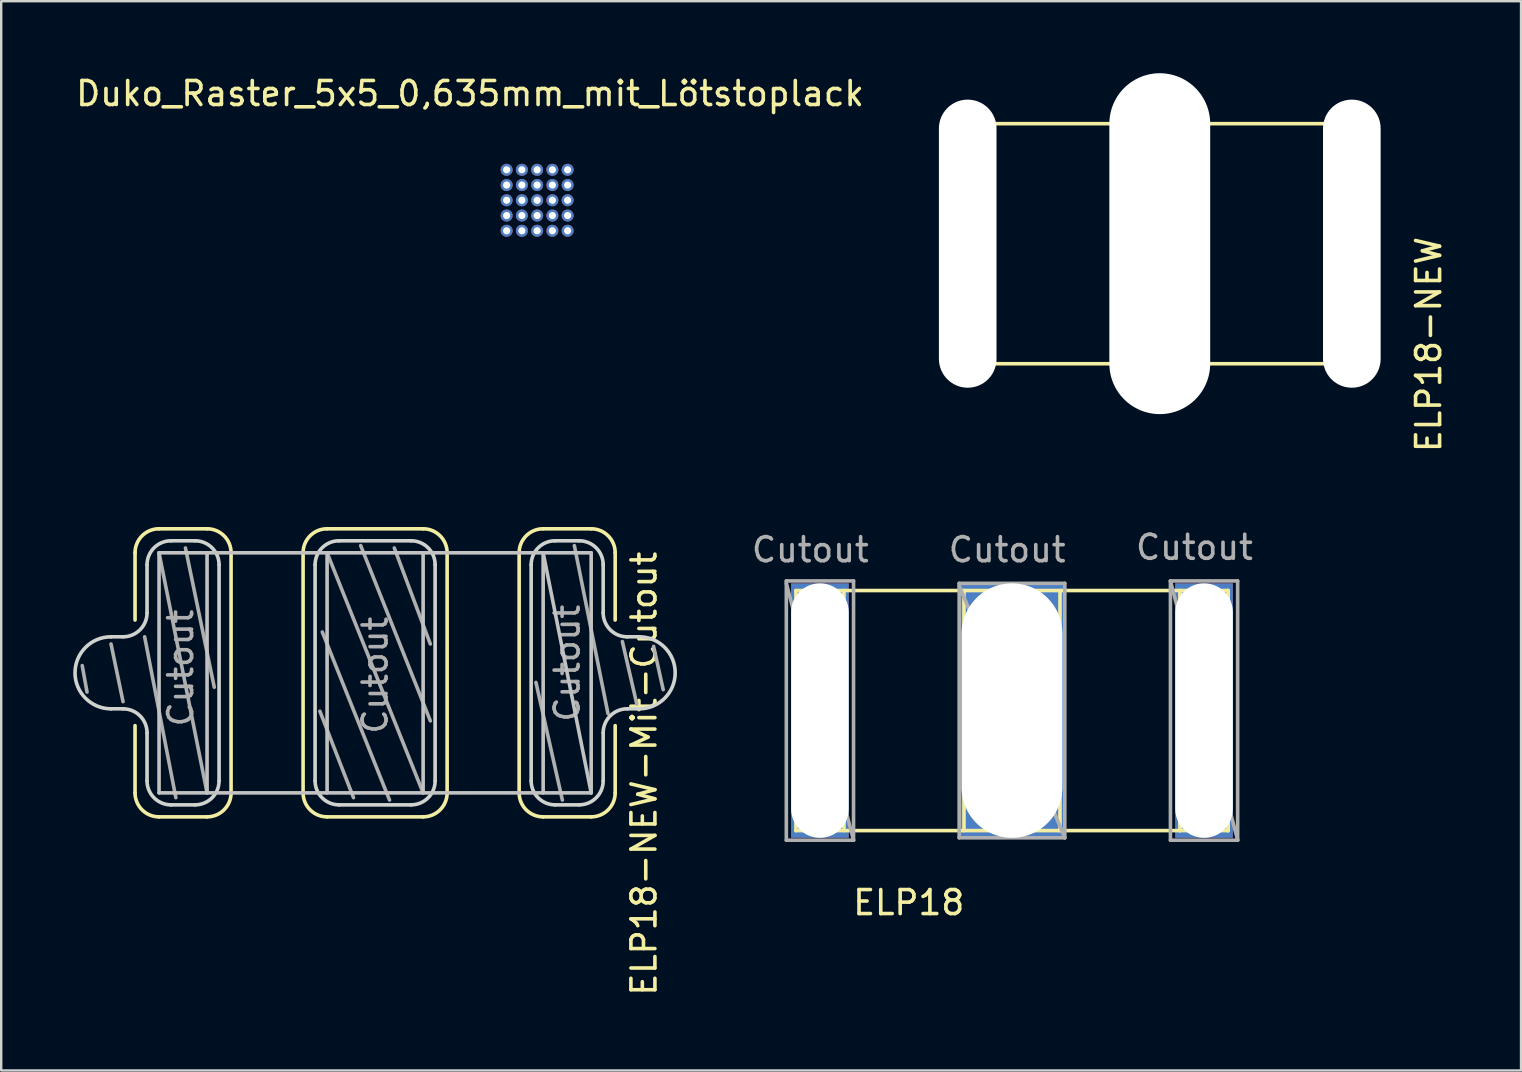
<source format=kicad_pcb>
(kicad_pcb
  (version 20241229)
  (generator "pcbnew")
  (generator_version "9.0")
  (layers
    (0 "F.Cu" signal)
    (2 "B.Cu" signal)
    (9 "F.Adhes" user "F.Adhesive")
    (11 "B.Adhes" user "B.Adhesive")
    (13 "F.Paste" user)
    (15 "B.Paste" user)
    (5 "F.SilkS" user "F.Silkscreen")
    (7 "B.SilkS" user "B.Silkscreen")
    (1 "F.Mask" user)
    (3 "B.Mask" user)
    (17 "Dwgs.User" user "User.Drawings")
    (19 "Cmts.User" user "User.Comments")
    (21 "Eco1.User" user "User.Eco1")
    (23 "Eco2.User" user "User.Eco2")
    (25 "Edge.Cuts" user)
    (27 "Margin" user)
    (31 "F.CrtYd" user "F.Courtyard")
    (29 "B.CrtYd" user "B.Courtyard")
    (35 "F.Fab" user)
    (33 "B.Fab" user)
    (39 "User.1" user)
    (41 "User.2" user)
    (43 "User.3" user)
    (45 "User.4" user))
  (footprint "ELP18-NEW-Mit-Cutout"
    (layer "F.Cu")
    (at 12.575 24.976)
    (property "Reference" "ELP18-NEW-Mit-Cutout" (at 11.2 4.2 90) (layer "F.SilkS") (effects (font (size 1 1) (thickness 0.15))))
    (attr through_hole)
    (fp_line (start -10 -5) (end -10 -2.2) (stroke (width 0.15) (type solid)) (layer "F.SilkS"))
    (fp_line (start -10 5) (end -10 2.2) (stroke (width 0.15) (type solid)) (layer "F.SilkS"))
    (fp_line (start -9 -6) (end -7 -6) (stroke (width 0.15) (type solid)) (layer "F.SilkS"))
    (fp_line (start -9 6) (end -7 6) (stroke (width 0.15) (type solid)) (layer "F.SilkS"))
    (fp_line (start -6 -5) (end -6 5) (stroke (width 0.15) (type solid)) (layer "F.SilkS"))
    (fp_line (start -3 5) (end -3 -5) (stroke (width 0.15) (type solid)) (layer "F.SilkS"))
    (fp_line (start -2 -6) (end 2 -6) (stroke (width 0.15) (type solid)) (layer "F.SilkS"))
    (fp_line (start -2 6) (end 2 6) (stroke (width 0.15) (type solid)) (layer "F.SilkS"))
    (fp_line (start 3 -5) (end 3 5) (stroke (width 0.15) (type solid)) (layer "F.SilkS"))
    (fp_line (start 6 -5) (end 6 5) (stroke (width 0.15) (type solid)) (layer "F.SilkS"))
    (fp_line (start 7 -6) (end 9 -6) (stroke (width 0.15) (type solid)) (layer "F.SilkS"))
    (fp_line (start 7 6) (end 9 6) (stroke (width 0.15) (type solid)) (layer "F.SilkS"))
    (fp_line (start 10 -5) (end 10 -2.2) (stroke (width 0.15) (type solid)) (layer "F.SilkS"))
    (fp_line (start 10 5) (end 10 2.2) (stroke (width 0.15) (type solid)) (layer "F.SilkS"))
    (fp_arc (start -10 -5) (mid -9.707107 -5.707107) (end -9 -6) (stroke (width 0.15) (type solid)) (layer "F.SilkS"))
    (fp_arc (start -9 6) (mid -9.707107 5.707107) (end -10 5) (stroke (width 0.15) (type solid)) (layer "F.SilkS"))
    (fp_arc (start -7 -6) (mid -6.292893 -5.707107) (end -6 -5) (stroke (width 0.15) (type solid)) (layer "F.SilkS"))
    (fp_arc (start -6 5) (mid -6.292893 5.707107) (end -7 6) (stroke (width 0.15) (type solid)) (layer "F.SilkS"))
    (fp_arc (start -3 -5) (mid -2.707107 -5.707107) (end -2 -6) (stroke (width 0.15) (type solid)) (layer "F.SilkS"))
    (fp_arc (start -2 6) (mid -2.707107 5.707107) (end -3 5) (stroke (width 0.15) (type solid)) (layer "F.SilkS"))
    (fp_arc (start 2 -6) (mid 2.707107 -5.707107) (end 3 -5) (stroke (width 0.15) (type solid)) (layer "F.SilkS"))
    (fp_arc (start 3 5) (mid 2.707107 5.707107) (end 2 6) (stroke (width 0.15) (type solid)) (layer "F.SilkS"))
    (fp_arc (start 6 -5) (mid 6.292893 -5.707107) (end 7 -6) (stroke (width 0.15) (type solid)) (layer "F.SilkS"))
    (fp_arc (start 7 6) (mid 6.292893 5.707107) (end 6 5) (stroke (width 0.15) (type solid)) (layer "F.SilkS"))
    (fp_arc (start 9 -6) (mid 9.707107 -5.707107) (end 10 -5) (stroke (width 0.15) (type solid)) (layer "F.SilkS"))
    (fp_arc (start 10 5) (mid 9.707107 5.707107) (end 9 6) (stroke (width 0.15) (type solid)) (layer "F.SilkS"))
    (fp_line (start -9 -5) (end -9 5) (stroke (width 0.15) (type solid)) (layer "Dwgs.User"))
    (fp_line (start -9 5) (end 9 5) (stroke (width 0.15) (type solid)) (layer "Dwgs.User"))
    (fp_line (start -7 -5) (end -7 5) (stroke (width 0.15) (type solid)) (layer "Dwgs.User"))
    (fp_line (start -2 -5) (end -2 5) (stroke (width 0.15) (type solid)) (layer "Dwgs.User"))
    (fp_line (start 2 -5) (end 2 5) (stroke (width 0.15) (type solid)) (layer "Dwgs.User"))
    (fp_line (start 7 -5) (end 7 5) (stroke (width 0.15) (type solid)) (layer "Dwgs.User"))
    (fp_line (start 7 -5) (end 9 5) (stroke (width 0.15) (type solid)) (layer "Dwgs.User"))
    (fp_line (start 9 -5) (end -9 -5) (stroke (width 0.15) (type solid)) (layer "Dwgs.User"))
    (fp_line (start 9 5) (end 9 -5) (stroke (width 0.15) (type solid)) (layer "Dwgs.User"))
    (fp_line (start -11 1.5) (end -10.5 1.5) (stroke (width 0.15) (type solid)) (layer "Edge.Cuts"))
    (fp_line (start -10.5 -1.5) (end -11 -1.5) (stroke (width 0.15) (type solid)) (layer "Edge.Cuts"))
    (fp_line (start -9.5 -4.5) (end -9.5 -2.5) (stroke (width 0.15) (type solid)) (layer "Edge.Cuts"))
    (fp_line (start -9.5 2.5) (end -9.5 4.5) (stroke (width 0.15) (type solid)) (layer "Edge.Cuts"))
    (fp_line (start -8.5 -5.5) (end -7.5 -5.5) (stroke (width 0.15) (type solid)) (layer "Edge.Cuts"))
    (fp_line (start -7.5 5.5) (end -8.5 5.5) (stroke (width 0.15) (type solid)) (layer "Edge.Cuts"))
    (fp_line (start -6.5 -4.5) (end -6.5 4.5) (stroke (width 0.15) (type solid)) (layer "Edge.Cuts"))
    (fp_line (start -2.5 -4.5) (end -2.5 4.5) (stroke (width 0.15) (type solid)) (layer "Edge.Cuts"))
    (fp_line (start -1.5 -5.5) (end 1.5 -5.5) (stroke (width 0.15) (type solid)) (layer "Edge.Cuts"))
    (fp_line (start -1.5 5.5) (end 1.5 5.5) (stroke (width 0.15) (type solid)) (layer "Edge.Cuts"))
    (fp_line (start 2.5 -4.5) (end 2.5 4.5) (stroke (width 0.15) (type solid)) (layer "Edge.Cuts"))
    (fp_line (start 6.5 4.5) (end 6.5 -4.5) (stroke (width 0.15) (type solid)) (layer "Edge.Cuts"))
    (fp_line (start 7.5 -5.5) (end 8.5 -5.5) (stroke (width 0.15) (type solid)) (layer "Edge.Cuts"))
    (fp_line (start 8.5 5.5) (end 7.5 5.5) (stroke (width 0.15) (type solid)) (layer "Edge.Cuts"))
    (fp_line (start 9.5 -2.5) (end 9.5 -4.5) (stroke (width 0.15) (type solid)) (layer "Edge.Cuts"))
    (fp_line (start 9.5 2.5) (end 9.5 4.5) (stroke (width 0.15) (type solid)) (layer "Edge.Cuts"))
    (fp_line (start 10.5 -1.5) (end 11 -1.5) (stroke (width 0.15) (type solid)) (layer "Edge.Cuts"))
    (fp_line (start 10.5 1.5) (end 11 1.5) (stroke (width 0.15) (type solid)) (layer "Edge.Cuts"))
    (fp_arc (start -11 1.5) (mid -12.5 0) (end -11 -1.5) (stroke (width 0.15) (type solid)) (layer "Edge.Cuts"))
    (fp_arc (start -10.5 1.5) (mid -9.792893 1.792893) (end -9.5 2.5) (stroke (width 0.15) (type solid)) (layer "Edge.Cuts"))
    (fp_arc (start -9.5 -4.5) (mid -9.207107 -5.207107) (end -8.5 -5.5) (stroke (width 0.15) (type solid)) (layer "Edge.Cuts"))
    (fp_arc (start -9.5 -2.5) (mid -9.792893 -1.792893) (end -10.5 -1.5) (stroke (width 0.15) (type solid)) (layer "Edge.Cuts"))
    (fp_arc (start -8.5 5.5) (mid -9.207107 5.207107) (end -9.5 4.5) (stroke (width 0.15) (type solid)) (layer "Edge.Cuts"))
    (fp_arc (start -7.5 -5.5) (mid -6.792893 -5.207107) (end -6.5 -4.5) (stroke (width 0.15) (type solid)) (layer "Edge.Cuts"))
    (fp_arc (start -6.5 4.5) (mid -6.792893 5.207107) (end -7.5 5.5) (stroke (width 0.15) (type solid)) (layer "Edge.Cuts"))
    (fp_arc (start -2.5 -4.5) (mid -2.207107 -5.207107) (end -1.5 -5.5) (stroke (width 0.15) (type solid)) (layer "Edge.Cuts"))
    (fp_arc (start -1.5 5.5) (mid -2.207107 5.207107) (end -2.5 4.5) (stroke (width 0.15) (type solid)) (layer "Edge.Cuts"))
    (fp_arc (start 1.5 -5.5) (mid 2.207107 -5.207107) (end 2.5 -4.5) (stroke (width 0.15) (type solid)) (layer "Edge.Cuts"))
    (fp_arc (start 2.5 4.5) (mid 2.207107 5.207107) (end 1.5 5.5) (stroke (width 0.15) (type solid)) (layer "Edge.Cuts"))
    (fp_arc (start 6.5 -4.5) (mid 6.792893 -5.207107) (end 7.5 -5.5) (stroke (width 0.15) (type solid)) (layer "Edge.Cuts"))
    (fp_arc (start 7.5 5.5) (mid 6.792893 5.207107) (end 6.5 4.5) (stroke (width 0.15) (type solid)) (layer "Edge.Cuts"))
    (fp_arc (start 8.5 -5.5) (mid 9.207107 -5.207107) (end 9.5 -4.5) (stroke (width 0.15) (type solid)) (layer "Edge.Cuts"))
    (fp_arc (start 9.5 2.5) (mid 9.792893 1.792893) (end 10.5 1.5) (stroke (width 0.15) (type solid)) (layer "Edge.Cuts"))
    (fp_arc (start 9.5 4.5) (mid 9.207107 5.207107) (end 8.5 5.5) (stroke (width 0.15) (type solid)) (layer "Edge.Cuts"))
    (fp_arc (start 10.5 -1.5) (mid 9.792893 -1.792893) (end 9.5 -2.5) (stroke (width 0.15) (type solid)) (layer "Edge.Cuts"))
    (fp_arc (start 11 -1.5) (mid 12.5 0) (end 11 1.5) (stroke (width 0.15) (type solid)) (layer "Edge.Cuts"))
    (fp_line (start -12.2 -0.3) (end -12 0.8) (stroke (width 0.15) (type solid)) (layer "F.Fab"))
    (fp_line (start -11 -1.2) (end -10.5 1.2) (stroke (width 0.15) (type solid)) (layer "F.Fab"))
    (fp_line (start -9.6 -1.5) (end -8.3 5.2) (stroke (width 0.15) (type solid)) (layer "F.Fab"))
    (fp_line (start -9 -5) (end -7 5) (stroke (width 0.15) (type solid)) (layer "F.Fab"))
    (fp_line (start -7.9 -5.2) (end -6.7 0.6) (stroke (width 0.15) (type solid)) (layer "F.Fab"))
    (fp_line (start -2.3 1.6) (end -0.9 5.2) (stroke (width 0.15) (type solid)) (layer "F.Fab"))
    (fp_line (start -2.2 -1.7) (end 0.6 5.3) (stroke (width 0.15) (type solid)) (layer "F.Fab"))
    (fp_line (start -2 -5) (end 2 5) (stroke (width 0.15) (type solid)) (layer "F.Fab"))
    (fp_line (start -0.6 -5.3) (end 2.3 2) (stroke (width 0.15) (type solid)) (layer "F.Fab"))
    (fp_line (start 0.8 -5.2) (end 2.3 -1.2) (stroke (width 0.15) (type solid)) (layer "F.Fab"))
    (fp_line (start 7.8 5.3) (end 6.7 0.4) (stroke (width 0.15) (type solid)) (layer "F.Fab"))
    (fp_line (start 9.7 1.7) (end 8.3 -5.3) (stroke (width 0.15) (type solid)) (layer "F.Fab"))
    (fp_line (start 10.3 -1.3) (end 10.9 1.3) (stroke (width 0.15) (type solid)) (layer "F.Fab"))
    (fp_line (start 11.6 -1.1) (end 12 0.7) (stroke (width 0.15) (type solid)) (layer "F.Fab"))
    (fp_text user "Cutout" (at -8.1 -0.2 90) (layer "F.Fab") (effects (font (size 1 1) (thickness 0.15))))
    (fp_text user "Cutout" (at 0 0.1 90) (layer "F.Fab") (effects (font (size 1 1) (thickness 0.15))))
    (fp_text user "Cutout" (at 8 -0.4 90) (layer "F.Fab") (effects (font (size 1 1) (thickness 0.15)))))
  (footprint "Duko_Raster_5x5_0,635mm_mit_Lötstoplack"
    (layer "F.Cu")
    (at 18.054 4.023)
    (property "Reference" "Duko_Raster_5x5_0,635mm_mit_Lötstoplack" (at -1.524 -3.175 0) (layer "F.SilkS") (effects (font (size 1 1) (thickness 0.15))))
    (attr through_hole)
    (pad "1" thru_hole circle (at 0 0) (size 0.5 0.5) (drill 0.3) (layers "*.Cu"))
    (pad "1" thru_hole circle (at 0 0.635) (size 0.5 0.5) (drill 0.3) (layers "*.Cu"))
    (pad "1" thru_hole circle (at 0 1.27) (size 0.5 0.5) (drill 0.3) (layers "*.Cu"))
    (pad "1" thru_hole circle (at 0 1.905) (size 0.5 0.5) (drill 0.3) (layers "*.Cu"))
    (pad "1" thru_hole circle (at 0 2.54) (size 0.5 0.5) (drill 0.3) (layers "*.Cu"))
    (pad "1" thru_hole circle (at 0.635 0) (size 0.5 0.5) (drill 0.3) (layers "*.Cu"))
    (pad "1" thru_hole circle (at 0.635 0.635) (size 0.5 0.5) (drill 0.3) (layers "*.Cu"))
    (pad "1" thru_hole circle (at 0.635 1.27) (size 0.5 0.5) (drill 0.3) (layers "*.Cu"))
    (pad "1" thru_hole circle (at 0.635 1.905) (size 0.5 0.5) (drill 0.3) (layers "*.Cu"))
    (pad "1" thru_hole circle (at 0.635 2.54) (size 0.5 0.5) (drill 0.3) (layers "*.Cu"))
    (pad "1" thru_hole circle (at 1.27 0) (size 0.5 0.5) (drill 0.3) (layers "*.Cu"))
    (pad "1" thru_hole circle (at 1.27 0.635) (size 0.5 0.5) (drill 0.3) (layers "*.Cu"))
    (pad "1" thru_hole circle (at 1.27 1.27) (size 0.5 0.5) (drill 0.3) (layers "*.Cu"))
    (pad "1" thru_hole circle (at 1.27 1.905) (size 0.5 0.5) (drill 0.3) (layers "*.Cu"))
    (pad "1" thru_hole circle (at 1.27 2.54) (size 0.5 0.5) (drill 0.3) (layers "*.Cu"))
    (pad "1" thru_hole circle (at 1.905 0) (size 0.5 0.5) (drill 0.3) (layers "*.Cu"))
    (pad "1" thru_hole circle (at 1.905 0.635) (size 0.5 0.5) (drill 0.3) (layers "*.Cu"))
    (pad "1" thru_hole circle (at 1.905 1.27) (size 0.5 0.5) (drill 0.3) (layers "*.Cu"))
    (pad "1" thru_hole circle (at 1.905 1.905) (size 0.5 0.5) (drill 0.3) (layers "*.Cu"))
    (pad "1" thru_hole circle (at 1.905 2.54) (size 0.5 0.5) (drill 0.3) (layers "*.Cu"))
    (pad "1" thru_hole circle (at 2.54 0) (size 0.5 0.5) (drill 0.3) (layers "*.Cu"))
    (pad "1" thru_hole circle (at 2.54 0.635) (size 0.5 0.5) (drill 0.3) (layers "*.Cu"))
    (pad "1" thru_hole circle (at 2.54 1.27) (size 0.5 0.5) (drill 0.3) (layers "*.Cu"))
    (pad "1" thru_hole circle (at 2.54 1.905) (size 0.5 0.5) (drill 0.3) (layers "*.Cu"))
    (pad "1" thru_hole circle (at 2.54 2.54) (size 0.5 0.5) (drill 0.3) (layers "*.Cu")))
  (footprint "ELP18"
    (layer "F.Cu")
    (at 30.104 21.549)
    (property "Reference" "ELP18" (at 4.7 13 0) (layer "F.SilkS") (effects (font (size 1 1) (thickness 0.15))))
    (attr through_hole)
    (fp_line (start 0 0) (end 0 10) (stroke (width 0.15) (type solid)) (layer "F.SilkS"))
    (fp_line (start 0 10) (end 18 10) (stroke (width 0.15) (type solid)) (layer "F.SilkS"))
    (fp_line (start 2 0) (end 2 10) (stroke (width 0.15) (type solid)) (layer "F.SilkS"))
    (fp_line (start 7 0) (end 7 10) (stroke (width 0.15) (type solid)) (layer "F.SilkS"))
    (fp_line (start 11 0) (end 11 10) (stroke (width 0.15) (type solid)) (layer "F.SilkS"))
    (fp_line (start 16 0) (end 16 10) (stroke (width 0.15) (type solid)) (layer "F.SilkS"))
    (fp_line (start 16 0) (end 16 10) (stroke (width 0.15) (type solid)) (layer "F.SilkS"))
    (fp_line (start 18 0) (end 0 0) (stroke (width 0.15) (type solid)) (layer "F.SilkS"))
    (fp_line (start 18 10) (end 18 0) (stroke (width 0.15) (type solid)) (layer "F.SilkS"))
    (fp_line (start 18 10) (end 18 0) (stroke (width 0.15) (type solid)) (layer "F.SilkS"))
    (fp_line (start -0.4 -0.4) (end 2.4 -0.4) (stroke (width 0.15) (type solid)) (layer "F.Fab"))
    (fp_line (start -0.4 -0.3) (end 2.4 10.4) (stroke (width 0.15) (type solid)) (layer "F.Fab"))
    (fp_line (start -0.4 10.4) (end -0.4 -0.4) (stroke (width 0.15) (type solid)) (layer "F.Fab"))
    (fp_line (start 2.4 -0.4) (end 2.4 10.4) (stroke (width 0.15) (type solid)) (layer "F.Fab"))
    (fp_line (start 2.4 10.4) (end -0.4 10.4) (stroke (width 0.15) (type solid)) (layer "F.Fab"))
    (fp_line (start 6.8 -0.3) (end 6.8 10.3) (stroke (width 0.15) (type solid)) (layer "F.Fab"))
    (fp_line (start 6.8 -0.2) (end 11.2 10.3) (stroke (width 0.15) (type solid)) (layer "F.Fab"))
    (fp_line (start 6.8 10.3) (end 11.2 10.3) (stroke (width 0.15) (type solid)) (layer "F.Fab"))
    (fp_line (start 11.2 -0.3) (end 6.8 -0.3) (stroke (width 0.15) (type solid)) (layer "F.Fab"))
    (fp_line (start 11.2 10.3) (end 11.2 -0.3) (stroke (width 0.15) (type solid)) (layer "F.Fab"))
    (fp_line (start 15.6 -0.4) (end 18.4 -0.4) (stroke (width 0.15) (type solid)) (layer "F.Fab"))
    (fp_line (start 15.6 -0.4) (end 18.4 10.4) (stroke (width 0.15) (type solid)) (layer "F.Fab"))
    (fp_line (start 15.6 10.4) (end 15.6 -0.4) (stroke (width 0.15) (type solid)) (layer "F.Fab"))
    (fp_line (start 18.4 -0.4) (end 18.4 10.4) (stroke (width 0.15) (type solid)) (layer "F.Fab"))
    (fp_line (start 18.4 10.4) (end 15.6 10.4) (stroke (width 0.15) (type solid)) (layer "F.Fab"))
    (fp_text user "Cutout" (at 16.6 -1.8 0) (layer "F.Fab") (effects (font (size 1 1) (thickness 0.15))))
    (fp_text user "Cutout" (at 0.6 -1.7 0) (layer "F.Fab") (effects (font (size 1 1) (thickness 0.15))))
    (fp_text user "Cutout" (at 8.8 -1.7 0) (layer "F.Fab") (effects (font (size 1 1) (thickness 0.15))))
    (pad "" np_thru_hole rect (at 1 5) (size 2.4 10.6) (drill oval 2.4 10.6) (layers "*.Cu" "*.Mask"))
    (pad "" np_thru_hole rect (at 9 5) (size 4.4 10.6) (drill oval 4.2 10.6) (layers "*.Cu" "*.Mask"))
    (pad "" np_thru_hole rect (at 17 5) (size 2.4 10.6) (drill oval 2.4 10.6) (layers "*.Cu" "*.Mask")))
  (footprint "ELP18-NEW"
    (layer "F.Cu")
    (at 45.26 7.1)
    (property "Reference" "ELP18-NEW" (at 11.2 4.2 90) (layer "F.SilkS") (effects (font (size 1 1) (thickness 0.15))))
    (attr through_hole)
    (fp_line (start -9 -5) (end -9 5) (stroke (width 0.15) (type solid)) (layer "F.SilkS"))
    (fp_line (start -9 5) (end 9 5) (stroke (width 0.15) (type solid)) (layer "F.SilkS"))
    (fp_line (start -7 -5) (end -7 5) (stroke (width 0.15) (type solid)) (layer "F.SilkS"))
    (fp_line (start -2 -5) (end -2 5) (stroke (width 0.15) (type solid)) (layer "F.SilkS"))
    (fp_line (start 2 -5) (end 2 5) (stroke (width 0.15) (type solid)) (layer "F.SilkS"))
    (fp_line (start 7 -5) (end 7 5) (stroke (width 0.15) (type solid)) (layer "F.SilkS"))
    (fp_line (start 7 -5) (end 7 5) (stroke (width 0.15) (type solid)) (layer "F.SilkS"))
    (fp_line (start 9 -5) (end -9 -5) (stroke (width 0.15) (type solid)) (layer "F.SilkS"))
    (fp_line (start 9 5) (end 9 -5) (stroke (width 0.15) (type solid)) (layer "F.SilkS"))
    (fp_line (start 9 5) (end 9 -5) (stroke (width 0.15) (type solid)) (layer "F.SilkS"))
    (fp_text user "Cutout" (at -8.1 -0.2 90) (layer "Dwgs.User") (effects (font (size 1 1) (thickness 0.15))))
    (fp_text user "Cutout" (at 8 -0.4 90) (layer "Dwgs.User") (effects (font (size 1 1) (thickness 0.15))))
    (fp_text user "Cutout" (at 0 0.1 90) (layer "Dwgs.User") (effects (font (size 1 1) (thickness 0.15))))
    (pad "" np_thru_hole oval (at -8 0) (size 2.4 12) (drill oval 2.4 12) (layers "*.Cu" "*.Mask"))
    (pad "" np_thru_hole oval (at 0 0) (size 4.2 14.2) (drill oval 4.2 14.2) (layers "*.Cu" "*.Mask"))
    (pad "" np_thru_hole oval (at 8 0) (size 2.4 12) (drill oval 2.4 12) (layers "*.Cu" "*.Mask")))
  (gr_rect
    (start -3 -3)
    (end 60.308 41.539)
    (stroke (width 0.1) (type default))
    (fill no)
    (layer "Edge.Cuts")))
</source>
